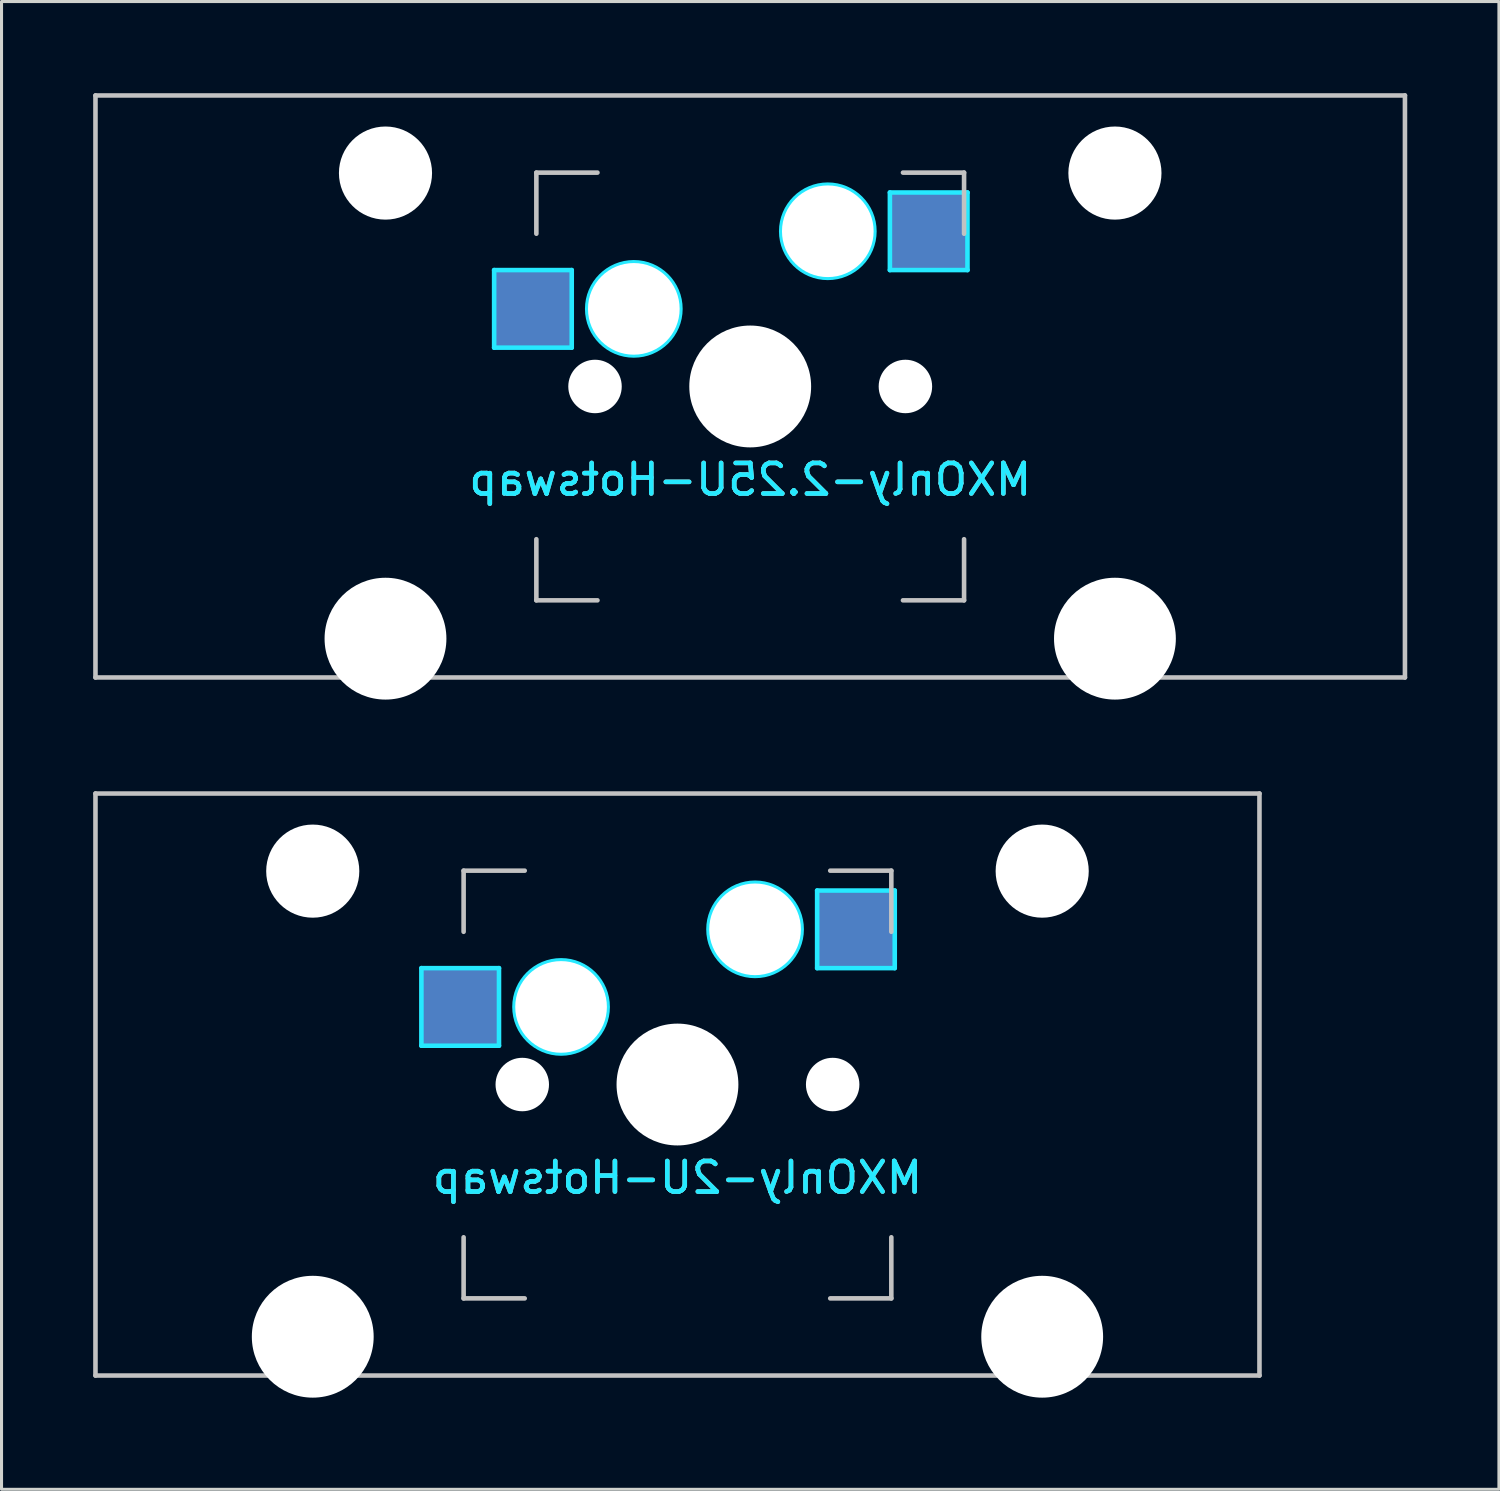
<source format=kicad_pcb>
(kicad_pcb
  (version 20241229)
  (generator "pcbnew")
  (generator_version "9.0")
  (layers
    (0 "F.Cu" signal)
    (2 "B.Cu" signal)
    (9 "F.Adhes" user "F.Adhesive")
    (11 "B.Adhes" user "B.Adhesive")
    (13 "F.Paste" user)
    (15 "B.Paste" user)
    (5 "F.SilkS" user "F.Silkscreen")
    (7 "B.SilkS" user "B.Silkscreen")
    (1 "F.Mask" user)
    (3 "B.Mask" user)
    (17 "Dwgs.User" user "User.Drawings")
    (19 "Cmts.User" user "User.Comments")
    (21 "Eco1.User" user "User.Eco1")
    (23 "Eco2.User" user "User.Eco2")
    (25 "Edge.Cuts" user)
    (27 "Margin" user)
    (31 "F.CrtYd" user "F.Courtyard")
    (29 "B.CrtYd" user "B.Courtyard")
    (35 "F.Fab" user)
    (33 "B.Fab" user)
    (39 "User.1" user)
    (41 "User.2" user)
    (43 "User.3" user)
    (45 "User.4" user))
  (footprint "MXOnly-2U-Hotswap"
    (layer "F.Cu")
    (at 19.125 32.449)
    (property "Reference" "MXOnly-2U-Hotswap" (at 0 3.048 0) (layer "B.CrtYd") (effects (font (size 1 1) (thickness 0.15)) (justify mirror)))
    (attr smd)
    (fp_line (start -19.05 -9.525) (end 19.05 -9.525) (stroke (width 0.15) (type solid)) (layer "Dwgs.User"))
    (fp_line (start -19.05 9.525) (end -19.05 -9.525) (stroke (width 0.15) (type solid)) (layer "Dwgs.User"))
    (fp_line (start -7 -7) (end -7 -5) (stroke (width 0.15) (type solid)) (layer "Dwgs.User"))
    (fp_line (start -7 5) (end -7 7) (stroke (width 0.15) (type solid)) (layer "Dwgs.User"))
    (fp_line (start -7 7) (end -5 7) (stroke (width 0.15) (type solid)) (layer "Dwgs.User"))
    (fp_line (start -5 -7) (end -7 -7) (stroke (width 0.15) (type solid)) (layer "Dwgs.User"))
    (fp_line (start 5 -7) (end 7 -7) (stroke (width 0.15) (type solid)) (layer "Dwgs.User"))
    (fp_line (start 5 7) (end 7 7) (stroke (width 0.15) (type solid)) (layer "Dwgs.User"))
    (fp_line (start 7 -7) (end 7 -5) (stroke (width 0.15) (type solid)) (layer "Dwgs.User"))
    (fp_line (start 7 7) (end 7 5) (stroke (width 0.15) (type solid)) (layer "Dwgs.User"))
    (fp_line (start 19.05 -9.525) (end 19.05 9.525) (stroke (width 0.15) (type solid)) (layer "Dwgs.User"))
    (fp_line (start 19.05 9.525) (end -19.05 9.525) (stroke (width 0.15) (type solid)) (layer "Dwgs.User"))
    (fp_line (start -8.382 -3.81) (end -5.842 -3.81) (stroke (width 0.15) (type solid)) (layer "B.CrtYd"))
    (fp_line (start -8.382 -1.27) (end -8.382 -3.81) (stroke (width 0.15) (type solid)) (layer "B.CrtYd"))
    (fp_line (start -5.842 -3.81) (end -5.842 -1.27) (stroke (width 0.15) (type solid)) (layer "B.CrtYd"))
    (fp_line (start -5.842 -1.27) (end -8.382 -1.27) (stroke (width 0.15) (type solid)) (layer "B.CrtYd"))
    (fp_line (start 4.572 -6.35) (end 7.112 -6.35) (stroke (width 0.15) (type solid)) (layer "B.CrtYd"))
    (fp_line (start 4.572 -3.81) (end 4.572 -6.35) (stroke (width 0.15) (type solid)) (layer "B.CrtYd"))
    (fp_line (start 7.112 -6.35) (end 7.112 -3.81) (stroke (width 0.15) (type solid)) (layer "B.CrtYd"))
    (fp_line (start 7.112 -3.81) (end 4.572 -3.81) (stroke (width 0.15) (type solid)) (layer "B.CrtYd"))
    (fp_circle (center -3.81 -2.54) (end -3.81 -4.064) (stroke (width 0.15) (type solid)) (fill no) (layer "B.CrtYd"))
    (fp_circle (center 2.54 -5.08) (end 2.54 -6.604) (stroke (width 0.15) (type solid)) (fill no) (layer "B.CrtYd"))
    (fp_text user "${REFERENCE}" (at 0 3.048 0) (layer "B.SilkS") (effects (font (size 1 1) (thickness 0.15)) (justify mirror)))
    (pad "" np_thru_hole circle (at -11.938 -6.985) (size 3.048 3.048) (drill 3.048) (layers "*.Cu" "*.Mask"))
    (pad "" np_thru_hole circle (at -11.938 8.255) (size 3.988 3.988) (drill 3.988) (layers "*.Cu" "*.Mask"))
    (pad "" np_thru_hole circle (at -5.08 0 48.1) (size 1.75 1.75) (drill 1.75) (layers "*.Cu" "*.Mask"))
    (pad "" np_thru_hole circle (at -3.81 -2.54) (size 3 3) (drill 3) (layers "*.Cu" "*.Mask"))
    (pad "" np_thru_hole circle (at 0 0) (size 3.988 3.988) (drill 3.988) (layers "*.Cu" "*.Mask"))
    (pad "" np_thru_hole circle (at 2.54 -5.08) (size 3 3) (drill 3) (layers "*.Cu" "*.Mask"))
    (pad "" np_thru_hole circle (at 5.08 0 48.1) (size 1.75 1.75) (drill 1.75) (layers "*.Cu" "*.Mask"))
    (pad "" np_thru_hole circle (at 11.938 -6.985) (size 3.048 3.048) (drill 3.048) (layers "*.Cu" "*.Mask"))
    (pad "" np_thru_hole circle (at 11.938 8.255) (size 3.988 3.988) (drill 3.988) (layers "*.Cu" "*.Mask"))
    (pad "1" smd rect (at -7.085 -2.54) (size 2.55 2.5) (layers "B.Cu" "B.Mask" "B.Paste"))
    (pad "2" smd rect (at 5.842 -5.08) (size 2.55 2.5) (layers "B.Cu" "B.Mask" "B.Paste")))
  (footprint "MXOnly-2.25U-Hotswap"
    (layer "F.Cu")
    (at 21.506 9.6)
    (property "Reference" "MXOnly-2.25U-Hotswap" (at 0 3.048 0) (layer "B.CrtYd") (effects (font (size 1 1) (thickness 0.15)) (justify mirror)))
    (attr smd)
    (fp_line (start -21.431 -9.525) (end 21.431 -9.525) (stroke (width 0.15) (type solid)) (layer "Dwgs.User"))
    (fp_line (start -21.431 9.525) (end -21.431 -9.525) (stroke (width 0.15) (type solid)) (layer "Dwgs.User"))
    (fp_line (start -7 -7) (end -7 -5) (stroke (width 0.15) (type solid)) (layer "Dwgs.User"))
    (fp_line (start -7 5) (end -7 7) (stroke (width 0.15) (type solid)) (layer "Dwgs.User"))
    (fp_line (start -7 7) (end -5 7) (stroke (width 0.15) (type solid)) (layer "Dwgs.User"))
    (fp_line (start -5 -7) (end -7 -7) (stroke (width 0.15) (type solid)) (layer "Dwgs.User"))
    (fp_line (start 5 -7) (end 7 -7) (stroke (width 0.15) (type solid)) (layer "Dwgs.User"))
    (fp_line (start 5 7) (end 7 7) (stroke (width 0.15) (type solid)) (layer "Dwgs.User"))
    (fp_line (start 7 -7) (end 7 -5) (stroke (width 0.15) (type solid)) (layer "Dwgs.User"))
    (fp_line (start 7 7) (end 7 5) (stroke (width 0.15) (type solid)) (layer "Dwgs.User"))
    (fp_line (start 21.431 -9.525) (end 21.431 9.525) (stroke (width 0.15) (type solid)) (layer "Dwgs.User"))
    (fp_line (start 21.431 9.525) (end -21.431 9.525) (stroke (width 0.15) (type solid)) (layer "Dwgs.User"))
    (fp_line (start -8.382 -3.81) (end -5.842 -3.81) (stroke (width 0.15) (type solid)) (layer "B.CrtYd"))
    (fp_line (start -8.382 -1.27) (end -8.382 -3.81) (stroke (width 0.15) (type solid)) (layer "B.CrtYd"))
    (fp_line (start -5.842 -3.81) (end -5.842 -1.27) (stroke (width 0.15) (type solid)) (layer "B.CrtYd"))
    (fp_line (start -5.842 -1.27) (end -8.382 -1.27) (stroke (width 0.15) (type solid)) (layer "B.CrtYd"))
    (fp_line (start 4.572 -6.35) (end 7.112 -6.35) (stroke (width 0.15) (type solid)) (layer "B.CrtYd"))
    (fp_line (start 4.572 -3.81) (end 4.572 -6.35) (stroke (width 0.15) (type solid)) (layer "B.CrtYd"))
    (fp_line (start 7.112 -6.35) (end 7.112 -3.81) (stroke (width 0.15) (type solid)) (layer "B.CrtYd"))
    (fp_line (start 7.112 -3.81) (end 4.572 -3.81) (stroke (width 0.15) (type solid)) (layer "B.CrtYd"))
    (fp_circle (center -3.81 -2.54) (end -3.81 -4.064) (stroke (width 0.15) (type solid)) (fill no) (layer "B.CrtYd"))
    (fp_circle (center 2.54 -5.08) (end 2.54 -6.604) (stroke (width 0.15) (type solid)) (fill no) (layer "B.CrtYd"))
    (fp_text user "${REFERENCE}" (at 0 3.048 0) (layer "B.SilkS") (effects (font (size 1 1) (thickness 0.15)) (justify mirror)))
    (pad "" np_thru_hole circle (at -11.938 -6.985) (size 3.048 3.048) (drill 3.048) (layers "*.Cu" "*.Mask"))
    (pad "" np_thru_hole circle (at -11.938 8.255) (size 3.988 3.988) (drill 3.988) (layers "*.Cu" "*.Mask"))
    (pad "" np_thru_hole circle (at -5.08 0 48.1) (size 1.75 1.75) (drill 1.75) (layers "*.Cu" "*.Mask"))
    (pad "" np_thru_hole circle (at -3.81 -2.54) (size 3 3) (drill 3) (layers "*.Cu" "*.Mask"))
    (pad "" np_thru_hole circle (at 0 0) (size 3.988 3.988) (drill 3.988) (layers "*.Cu" "*.Mask"))
    (pad "" np_thru_hole circle (at 2.54 -5.08) (size 3 3) (drill 3) (layers "*.Cu" "*.Mask"))
    (pad "" np_thru_hole circle (at 5.08 0 48.1) (size 1.75 1.75) (drill 1.75) (layers "*.Cu" "*.Mask"))
    (pad "" np_thru_hole circle (at 11.938 -6.985) (size 3.048 3.048) (drill 3.048) (layers "*.Cu" "*.Mask"))
    (pad "" np_thru_hole circle (at 11.938 8.255) (size 3.988 3.988) (drill 3.988) (layers "*.Cu" "*.Mask"))
    (pad "1" smd rect (at -7.085 -2.54) (size 2.55 2.5) (layers "B.Cu" "B.Mask" "B.Paste"))
    (pad "2" smd rect (at 5.842 -5.08) (size 2.55 2.5) (layers "B.Cu" "B.Mask" "B.Paste")))
  (gr_rect
    (start -3 -3)
    (end 46.013 45.698)
    (stroke (width 0.1) (type default))
    (fill no)
    (layer "Edge.Cuts")))
</source>
